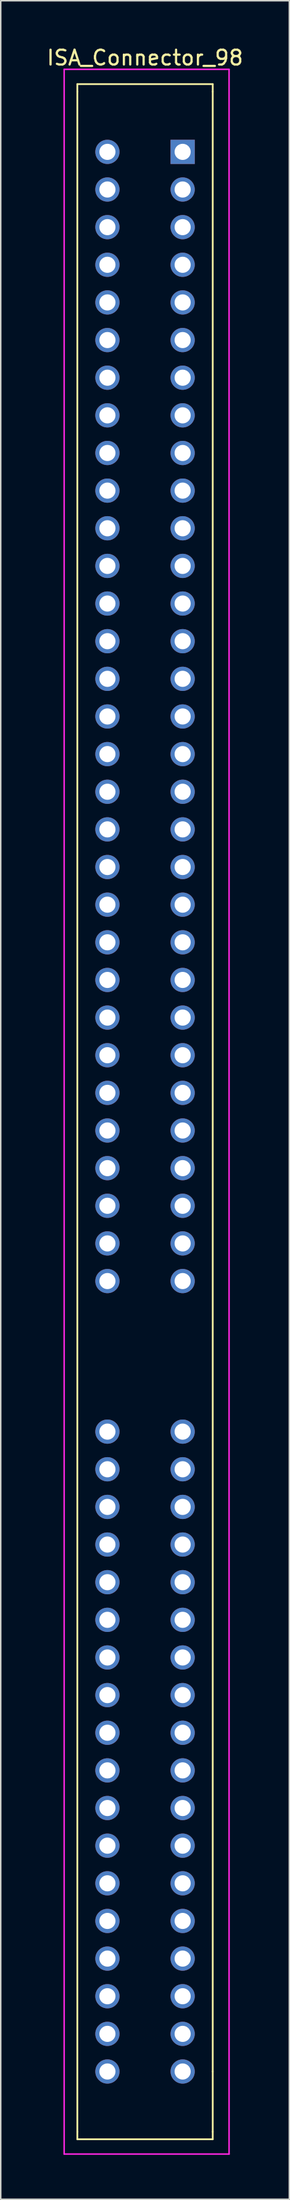
<source format=kicad_pcb>
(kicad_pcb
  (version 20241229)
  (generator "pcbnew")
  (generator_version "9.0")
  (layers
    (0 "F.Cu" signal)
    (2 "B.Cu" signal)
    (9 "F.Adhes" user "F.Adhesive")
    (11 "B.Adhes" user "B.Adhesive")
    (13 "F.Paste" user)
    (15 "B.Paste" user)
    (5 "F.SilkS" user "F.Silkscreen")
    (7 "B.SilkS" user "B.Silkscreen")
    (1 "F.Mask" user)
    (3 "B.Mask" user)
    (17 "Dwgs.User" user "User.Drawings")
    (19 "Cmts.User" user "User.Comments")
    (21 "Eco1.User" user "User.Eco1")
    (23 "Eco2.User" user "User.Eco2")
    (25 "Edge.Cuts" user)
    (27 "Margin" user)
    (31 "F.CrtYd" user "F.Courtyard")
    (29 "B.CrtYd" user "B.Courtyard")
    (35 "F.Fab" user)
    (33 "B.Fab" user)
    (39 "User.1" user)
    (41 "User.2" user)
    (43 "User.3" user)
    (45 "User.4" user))
  (footprint "ISA_Connector_98"
    (layer "F.Cu")
    (at 9.284 7.198)
    (property "Reference" "ISA_Connector_98" (at -2.54 -6.35 0) (layer "F.SilkS") (effects (font (size 1 1) (thickness 0.15))))
    (attr through_hole)
    (fp_line (start -7.112 -4.572) (end 2.032 -4.572) (stroke (width 0.12) (type default)) (layer "F.SilkS"))
    (fp_line (start -7.112 -4.064) (end -7.112 -4.572) (stroke (width 0.12) (type default)) (layer "F.SilkS"))
    (fp_line (start -7.112 133.604) (end -7.112 -4.064) (stroke (width 0.12) (type default)) (layer "F.SilkS"))
    (fp_line (start -7.112 133.604) (end -7.112 134.112) (stroke (width 0.12) (type default)) (layer "F.SilkS"))
    (fp_line (start -7.112 134.112) (end 2.032 134.112) (stroke (width 0.12) (type default)) (layer "F.SilkS"))
    (fp_line (start 2.032 -4.572) (end 2.032 -4.064) (stroke (width 0.12) (type default)) (layer "F.SilkS"))
    (fp_line (start 2.032 -4.064) (end 2.032 129.54) (stroke (width 0.12) (type default)) (layer "F.SilkS"))
    (fp_line (start 2.032 129.54) (end 2.032 133.604) (stroke (width 0.12) (type default)) (layer "F.SilkS"))
    (fp_line (start 2.032 134.112) (end 2.032 133.604) (stroke (width 0.12) (type default)) (layer "F.SilkS"))
    (fp_line (start -8.001 -5.57) (end 3.135 -5.57) (stroke (width 0.1) (type solid)) (layer "F.CrtYd"))
    (fp_line (start -8.001 135.11) (end -8.001 -5.57) (stroke (width 0.1) (type solid)) (layer "F.CrtYd"))
    (fp_line (start 3.135 -5.57) (end 3.135 135.11) (stroke (width 0.1) (type solid)) (layer "F.CrtYd"))
    (fp_line (start 3.135 135.11) (end -8.001 135.11) (stroke (width 0.1) (type solid)) (layer "F.CrtYd"))
    (pad "1" thru_hole rect (at 0 0 270) (size 1.635 1.635) (drill 1.09) (layers "*.Cu" "*.Mask"))
    (pad "2" thru_hole circle (at 0 2.54 270) (size 1.635 1.635) (drill 1.09) (layers "*.Cu" "*.Mask"))
    (pad "3" thru_hole circle (at 0 5.08 270) (size 1.635 1.635) (drill 1.09) (layers "*.Cu" "*.Mask"))
    (pad "4" thru_hole circle (at 0 7.62 270) (size 1.635 1.635) (drill 1.09) (layers "*.Cu" "*.Mask"))
    (pad "5" thru_hole circle (at 0 10.16 270) (size 1.635 1.635) (drill 1.09) (layers "*.Cu" "*.Mask"))
    (pad "6" thru_hole circle (at 0 12.7 270) (size 1.635 1.635) (drill 1.09) (layers "*.Cu" "*.Mask"))
    (pad "7" thru_hole circle (at 0 15.24 270) (size 1.635 1.635) (drill 1.09) (layers "*.Cu" "*.Mask"))
    (pad "8" thru_hole circle (at 0 17.78 270) (size 1.635 1.635) (drill 1.09) (layers "*.Cu" "*.Mask"))
    (pad "9" thru_hole circle (at 0 20.32 270) (size 1.635 1.635) (drill 1.09) (layers "*.Cu" "*.Mask"))
    (pad "10" thru_hole circle (at 0 22.86 270) (size 1.635 1.635) (drill 1.09) (layers "*.Cu" "*.Mask"))
    (pad "11" thru_hole circle (at 0 25.4 270) (size 1.635 1.635) (drill 1.09) (layers "*.Cu" "*.Mask"))
    (pad "12" thru_hole circle (at 0 27.94 270) (size 1.635 1.635) (drill 1.09) (layers "*.Cu" "*.Mask"))
    (pad "13" thru_hole circle (at 0 30.48 270) (size 1.635 1.635) (drill 1.09) (layers "*.Cu" "*.Mask"))
    (pad "14" thru_hole circle (at 0 33.02 270) (size 1.635 1.635) (drill 1.09) (layers "*.Cu" "*.Mask"))
    (pad "15" thru_hole circle (at 0 35.56 270) (size 1.635 1.635) (drill 1.09) (layers "*.Cu" "*.Mask"))
    (pad "16" thru_hole circle (at 0 38.1 270) (size 1.635 1.635) (drill 1.09) (layers "*.Cu" "*.Mask"))
    (pad "17" thru_hole circle (at 0 40.64 270) (size 1.635 1.635) (drill 1.09) (layers "*.Cu" "*.Mask"))
    (pad "18" thru_hole circle (at 0 43.18 270) (size 1.635 1.635) (drill 1.09) (layers "*.Cu" "*.Mask"))
    (pad "19" thru_hole circle (at 0 45.72 270) (size 1.635 1.635) (drill 1.09) (layers "*.Cu" "*.Mask"))
    (pad "20" thru_hole circle (at 0 48.26 270) (size 1.635 1.635) (drill 1.09) (layers "*.Cu" "*.Mask"))
    (pad "21" thru_hole circle (at 0 50.8 270) (size 1.635 1.635) (drill 1.09) (layers "*.Cu" "*.Mask"))
    (pad "22" thru_hole circle (at 0 53.34 270) (size 1.635 1.635) (drill 1.09) (layers "*.Cu" "*.Mask"))
    (pad "23" thru_hole circle (at 0 55.88 270) (size 1.635 1.635) (drill 1.09) (layers "*.Cu" "*.Mask"))
    (pad "24" thru_hole circle (at 0 58.42 270) (size 1.635 1.635) (drill 1.09) (layers "*.Cu" "*.Mask"))
    (pad "25" thru_hole circle (at 0 60.96 270) (size 1.635 1.635) (drill 1.09) (layers "*.Cu" "*.Mask"))
    (pad "26" thru_hole circle (at 0 63.5 270) (size 1.635 1.635) (drill 1.09) (layers "*.Cu" "*.Mask"))
    (pad "27" thru_hole circle (at 0 66.04 270) (size 1.635 1.635) (drill 1.09) (layers "*.Cu" "*.Mask"))
    (pad "28" thru_hole circle (at 0 68.58 270) (size 1.635 1.635) (drill 1.09) (layers "*.Cu" "*.Mask"))
    (pad "29" thru_hole circle (at 0 71.12 270) (size 1.635 1.635) (drill 1.09) (layers "*.Cu" "*.Mask"))
    (pad "30" thru_hole circle (at 0 73.66 270) (size 1.635 1.635) (drill 1.09) (layers "*.Cu" "*.Mask"))
    (pad "31" thru_hole circle (at 0 76.2 270) (size 1.635 1.635) (drill 1.09) (layers "*.Cu" "*.Mask"))
    (pad "32" thru_hole circle (at -5.08 0 270) (size 1.635 1.635) (drill 1.09) (layers "*.Cu" "*.Mask"))
    (pad "33" thru_hole circle (at -5.08 2.54 270) (size 1.635 1.635) (drill 1.09) (layers "*.Cu" "*.Mask"))
    (pad "34" thru_hole circle (at -5.08 5.08 270) (size 1.635 1.635) (drill 1.09) (layers "*.Cu" "*.Mask"))
    (pad "35" thru_hole circle (at -5.08 7.62 270) (size 1.635 1.635) (drill 1.09) (layers "*.Cu" "*.Mask"))
    (pad "36" thru_hole circle (at -5.08 10.16 270) (size 1.635 1.635) (drill 1.09) (layers "*.Cu" "*.Mask"))
    (pad "37" thru_hole circle (at -5.08 12.7 270) (size 1.635 1.635) (drill 1.09) (layers "*.Cu" "*.Mask"))
    (pad "38" thru_hole circle (at -5.08 15.24 270) (size 1.635 1.635) (drill 1.09) (layers "*.Cu" "*.Mask"))
    (pad "39" thru_hole circle (at -5.08 17.78 270) (size 1.635 1.635) (drill 1.09) (layers "*.Cu" "*.Mask"))
    (pad "40" thru_hole circle (at -5.08 20.32 270) (size 1.635 1.635) (drill 1.09) (layers "*.Cu" "*.Mask"))
    (pad "41" thru_hole circle (at -5.08 22.86 270) (size 1.635 1.635) (drill 1.09) (layers "*.Cu" "*.Mask"))
    (pad "42" thru_hole circle (at -5.08 25.4 270) (size 1.635 1.635) (drill 1.09) (layers "*.Cu" "*.Mask"))
    (pad "43" thru_hole circle (at -5.08 27.94 270) (size 1.635 1.635) (drill 1.09) (layers "*.Cu" "*.Mask"))
    (pad "44" thru_hole circle (at -5.08 30.48 270) (size 1.635 1.635) (drill 1.09) (layers "*.Cu" "*.Mask"))
    (pad "45" thru_hole circle (at -5.08 33.02 270) (size 1.635 1.635) (drill 1.09) (layers "*.Cu" "*.Mask"))
    (pad "46" thru_hole circle (at -5.08 35.56 270) (size 1.635 1.635) (drill 1.09) (layers "*.Cu" "*.Mask"))
    (pad "47" thru_hole circle (at -5.08 38.1 270) (size 1.635 1.635) (drill 1.09) (layers "*.Cu" "*.Mask"))
    (pad "48" thru_hole circle (at -5.08 40.64 270) (size 1.635 1.635) (drill 1.09) (layers "*.Cu" "*.Mask"))
    (pad "49" thru_hole circle (at -5.08 43.18 270) (size 1.635 1.635) (drill 1.09) (layers "*.Cu" "*.Mask"))
    (pad "50" thru_hole circle (at -5.08 45.72 270) (size 1.635 1.635) (drill 1.09) (layers "*.Cu" "*.Mask"))
    (pad "51" thru_hole circle (at -5.08 48.26 270) (size 1.635 1.635) (drill 1.09) (layers "*.Cu" "*.Mask"))
    (pad "52" thru_hole circle (at -5.08 50.8 270) (size 1.635 1.635) (drill 1.09) (layers "*.Cu" "*.Mask"))
    (pad "53" thru_hole circle (at -5.08 53.34 270) (size 1.635 1.635) (drill 1.09) (layers "*.Cu" "*.Mask"))
    (pad "54" thru_hole circle (at -5.08 55.88 270) (size 1.635 1.635) (drill 1.09) (layers "*.Cu" "*.Mask"))
    (pad "55" thru_hole circle (at -5.08 58.42 270) (size 1.635 1.635) (drill 1.09) (layers "*.Cu" "*.Mask"))
    (pad "56" thru_hole circle (at -5.08 60.96 270) (size 1.635 1.635) (drill 1.09) (layers "*.Cu" "*.Mask"))
    (pad "57" thru_hole circle (at -5.08 63.5 270) (size 1.635 1.635) (drill 1.09) (layers "*.Cu" "*.Mask"))
    (pad "58" thru_hole circle (at -5.08 66.04 270) (size 1.635 1.635) (drill 1.09) (layers "*.Cu" "*.Mask"))
    (pad "59" thru_hole circle (at -5.08 68.58 270) (size 1.635 1.635) (drill 1.09) (layers "*.Cu" "*.Mask"))
    (pad "60" thru_hole circle (at -5.08 71.12 270) (size 1.635 1.635) (drill 1.09) (layers "*.Cu" "*.Mask"))
    (pad "61" thru_hole circle (at -5.08 73.66 270) (size 1.635 1.635) (drill 1.09) (layers "*.Cu" "*.Mask"))
    (pad "62" thru_hole circle (at -5.08 76.2 270) (size 1.635 1.635) (drill 1.09) (layers "*.Cu" "*.Mask"))
    (pad "63" thru_hole circle (at 0 86.36 270) (size 1.635 1.635) (drill 1.09) (layers "*.Cu" "*.Mask"))
    (pad "64" thru_hole circle (at 0 88.9 270) (size 1.635 1.635) (drill 1.09) (layers "*.Cu" "*.Mask"))
    (pad "65" thru_hole circle (at 0 91.44 270) (size 1.635 1.635) (drill 1.09) (layers "*.Cu" "*.Mask"))
    (pad "66" thru_hole circle (at 0 93.98 270) (size 1.635 1.635) (drill 1.09) (layers "*.Cu" "*.Mask"))
    (pad "67" thru_hole circle (at 0 96.52 270) (size 1.635 1.635) (drill 1.09) (layers "*.Cu" "*.Mask"))
    (pad "68" thru_hole circle (at 0 99.06 270) (size 1.635 1.635) (drill 1.09) (layers "*.Cu" "*.Mask"))
    (pad "69" thru_hole circle (at 0 101.6 270) (size 1.635 1.635) (drill 1.09) (layers "*.Cu" "*.Mask"))
    (pad "70" thru_hole circle (at 0 104.14 270) (size 1.635 1.635) (drill 1.09) (layers "*.Cu" "*.Mask"))
    (pad "71" thru_hole circle (at 0 106.68 270) (size 1.635 1.635) (drill 1.09) (layers "*.Cu" "*.Mask"))
    (pad "72" thru_hole circle (at 0 109.22 270) (size 1.635 1.635) (drill 1.09) (layers "*.Cu" "*.Mask"))
    (pad "73" thru_hole circle (at 0 111.76 270) (size 1.635 1.635) (drill 1.09) (layers "*.Cu" "*.Mask"))
    (pad "74" thru_hole circle (at 0 114.3 270) (size 1.635 1.635) (drill 1.09) (layers "*.Cu" "*.Mask"))
    (pad "75" thru_hole circle (at 0 116.84 270) (size 1.635 1.635) (drill 1.09) (layers "*.Cu" "*.Mask"))
    (pad "76" thru_hole circle (at 0 119.38 270) (size 1.635 1.635) (drill 1.09) (layers "*.Cu" "*.Mask"))
    (pad "77" thru_hole circle (at 0 121.92 270) (size 1.635 1.635) (drill 1.09) (layers "*.Cu" "*.Mask"))
    (pad "78" thru_hole circle (at 0 124.46 270) (size 1.635 1.635) (drill 1.09) (layers "*.Cu" "*.Mask"))
    (pad "79" thru_hole circle (at 0 127 270) (size 1.635 1.635) (drill 1.09) (layers "*.Cu" "*.Mask"))
    (pad "80" thru_hole circle (at 0 129.54 270) (size 1.635 1.635) (drill 1.09) (layers "*.Cu" "*.Mask"))
    (pad "81" thru_hole circle (at -5.08 86.36 270) (size 1.635 1.635) (drill 1.09) (layers "*.Cu" "*.Mask"))
    (pad "82" thru_hole circle (at -5.08 88.9 270) (size 1.635 1.635) (drill 1.09) (layers "*.Cu" "*.Mask"))
    (pad "83" thru_hole circle (at -5.08 91.44 270) (size 1.635 1.635) (drill 1.09) (layers "*.Cu" "*.Mask"))
    (pad "84" thru_hole circle (at -5.08 93.98 270) (size 1.635 1.635) (drill 1.09) (layers "*.Cu" "*.Mask"))
    (pad "85" thru_hole circle (at -5.08 96.52 270) (size 1.635 1.635) (drill 1.09) (layers "*.Cu" "*.Mask"))
    (pad "86" thru_hole circle (at -5.08 99.06 270) (size 1.635 1.635) (drill 1.09) (layers "*.Cu" "*.Mask"))
    (pad "87" thru_hole circle (at -5.08 101.6 270) (size 1.635 1.635) (drill 1.09) (layers "*.Cu" "*.Mask"))
    (pad "88" thru_hole circle (at -5.08 104.14 270) (size 1.635 1.635) (drill 1.09) (layers "*.Cu" "*.Mask"))
    (pad "89" thru_hole circle (at -5.08 106.68 270) (size 1.635 1.635) (drill 1.09) (layers "*.Cu" "*.Mask"))
    (pad "90" thru_hole circle (at -5.08 109.22 270) (size 1.635 1.635) (drill 1.09) (layers "*.Cu" "*.Mask"))
    (pad "91" thru_hole circle (at -5.08 111.76 270) (size 1.635 1.635) (drill 1.09) (layers "*.Cu" "*.Mask"))
    (pad "92" thru_hole circle (at -5.08 114.3 270) (size 1.635 1.635) (drill 1.09) (layers "*.Cu" "*.Mask"))
    (pad "93" thru_hole circle (at -5.08 116.84 270) (size 1.635 1.635) (drill 1.09) (layers "*.Cu" "*.Mask"))
    (pad "94" thru_hole circle (at -5.08 119.38 270) (size 1.635 1.635) (drill 1.09) (layers "*.Cu" "*.Mask"))
    (pad "95" thru_hole circle (at -5.08 121.92 270) (size 1.635 1.635) (drill 1.09) (layers "*.Cu" "*.Mask"))
    (pad "96" thru_hole circle (at -5.08 124.46 270) (size 1.635 1.635) (drill 1.09) (layers "*.Cu" "*.Mask"))
    (pad "97" thru_hole circle (at -5.08 127 270) (size 1.635 1.635) (drill 1.09) (layers "*.Cu" "*.Mask"))
    (pad "98" thru_hole circle (at -5.08 129.54 270) (size 1.635 1.635) (drill 1.09) (layers "*.Cu" "*.Mask")))
  (gr_rect
    (start -3 -3)
    (end 16.488 145.358)
    (stroke (width 0.1) (type default))
    (fill no)
    (layer "Edge.Cuts")))
</source>
